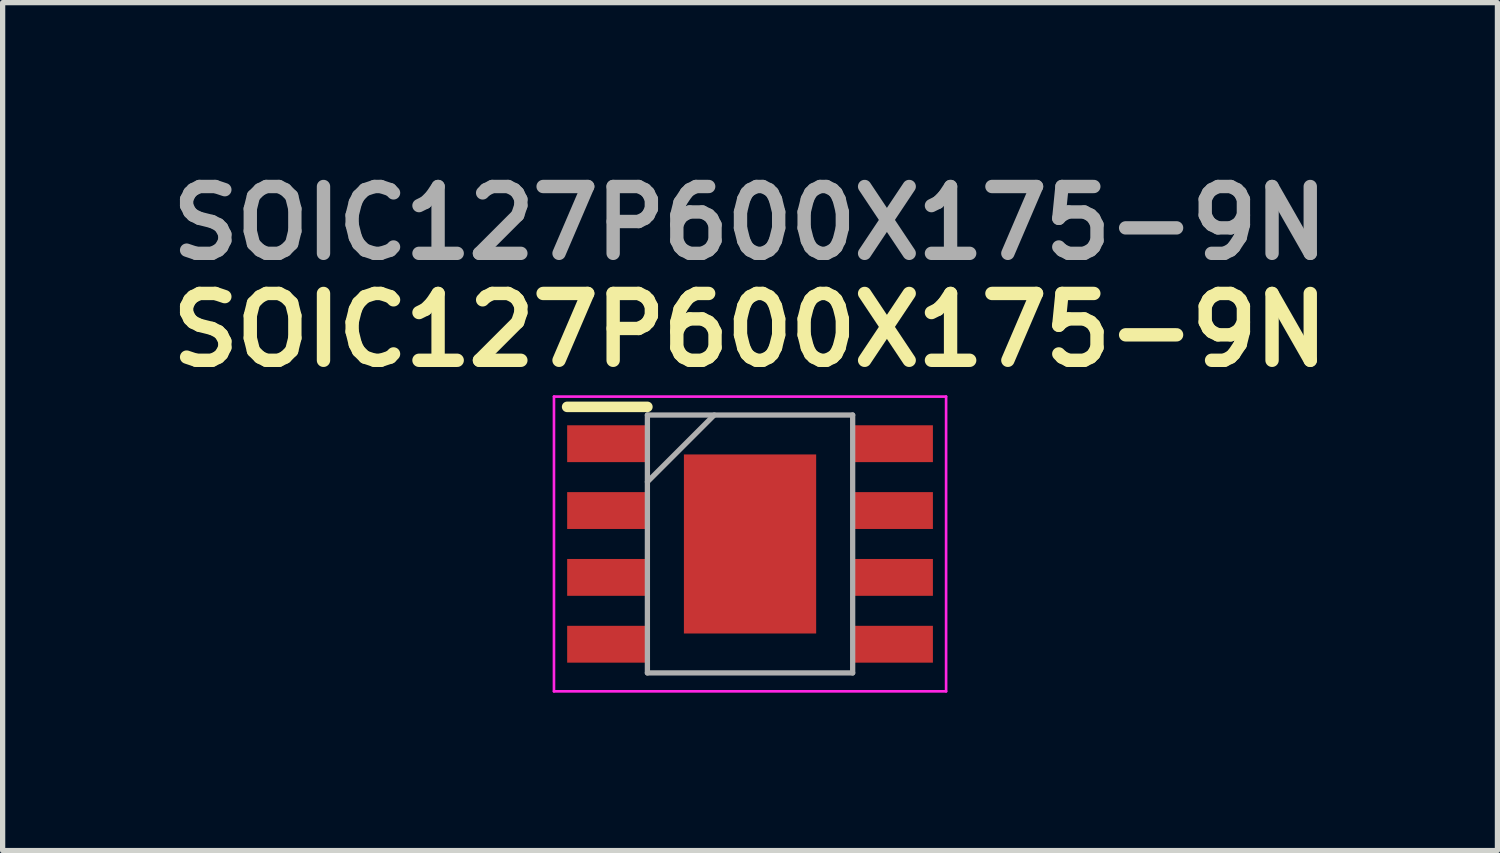
<source format=kicad_pcb>
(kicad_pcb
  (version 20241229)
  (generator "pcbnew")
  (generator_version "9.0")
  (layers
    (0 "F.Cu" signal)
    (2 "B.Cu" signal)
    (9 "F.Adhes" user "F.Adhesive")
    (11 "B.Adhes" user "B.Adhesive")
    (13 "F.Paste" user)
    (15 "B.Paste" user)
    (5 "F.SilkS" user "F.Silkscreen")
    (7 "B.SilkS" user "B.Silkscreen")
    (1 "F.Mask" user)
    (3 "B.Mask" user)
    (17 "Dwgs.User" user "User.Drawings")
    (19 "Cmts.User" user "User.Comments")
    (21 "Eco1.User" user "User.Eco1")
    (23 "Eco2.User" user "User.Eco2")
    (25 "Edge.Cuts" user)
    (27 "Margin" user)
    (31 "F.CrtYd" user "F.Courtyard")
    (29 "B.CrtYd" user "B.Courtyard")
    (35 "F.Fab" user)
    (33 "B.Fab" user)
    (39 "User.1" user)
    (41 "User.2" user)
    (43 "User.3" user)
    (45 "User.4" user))
  (footprint "SOIC127P600X175-9N"
    (layer "F.Cu")
    (at 11.2 7.285)
    (property "Reference" "SOIC127P600X175-9N" (at 0 -4.064 0) (layer "F.SilkS") (effects (font (size 1.27 1.27) (thickness 0.254))))
    (attr smd)
    (fp_line (start -3.475 -2.605) (end -1.95 -2.605) (stroke (width 0.2) (type solid)) (layer "F.SilkS"))
    (fp_line (start -3.725 -2.8) (end 3.725 -2.8) (stroke (width 0.05) (type solid)) (layer "F.CrtYd"))
    (fp_line (start -3.725 2.8) (end -3.725 -2.8) (stroke (width 0.05) (type solid)) (layer "F.CrtYd"))
    (fp_line (start 3.725 -2.8) (end 3.725 2.8) (stroke (width 0.05) (type solid)) (layer "F.CrtYd"))
    (fp_line (start 3.725 2.8) (end -3.725 2.8) (stroke (width 0.05) (type solid)) (layer "F.CrtYd"))
    (fp_line (start -1.95 -2.45) (end 1.95 -2.45) (stroke (width 0.1) (type solid)) (layer "F.Fab"))
    (fp_line (start -1.95 -1.18) (end -0.68 -2.45) (stroke (width 0.1) (type solid)) (layer "F.Fab"))
    (fp_line (start -1.95 2.45) (end -1.95 -2.45) (stroke (width 0.1) (type solid)) (layer "F.Fab"))
    (fp_line (start 1.95 -2.45) (end 1.95 2.45) (stroke (width 0.1) (type solid)) (layer "F.Fab"))
    (fp_line (start 1.95 2.45) (end -1.95 2.45) (stroke (width 0.1) (type solid)) (layer "F.Fab"))
    (fp_text user "${REFERENCE}" (at 0 -6.096 0) (layer "F.Fab") (effects (font (size 1.27 1.27) (thickness 0.254))))
    (pad "1" smd rect (at -2.712 -1.905 90) (size 0.7 1.525) (layers "F.Cu" "F.Mask" "F.Paste"))
    (pad "2" smd rect (at -2.712 -0.635 90) (size 0.7 1.525) (layers "F.Cu" "F.Mask" "F.Paste"))
    (pad "3" smd rect (at -2.712 0.635 90) (size 0.7 1.525) (layers "F.Cu" "F.Mask" "F.Paste"))
    (pad "4" smd rect (at -2.712 1.905 90) (size 0.7 1.525) (layers "F.Cu" "F.Mask" "F.Paste"))
    (pad "5" smd rect (at 2.712 1.905 90) (size 0.7 1.525) (layers "F.Cu" "F.Mask" "F.Paste"))
    (pad "6" smd rect (at 2.712 0.635 90) (size 0.7 1.525) (layers "F.Cu" "F.Mask" "F.Paste"))
    (pad "7" smd rect (at 2.712 -0.635 90) (size 0.7 1.525) (layers "F.Cu" "F.Mask" "F.Paste"))
    (pad "8" smd rect (at 2.712 -1.905 90) (size 0.7 1.525) (layers "F.Cu" "F.Mask" "F.Paste"))
    (pad "9" smd rect (at 0 0) (size 2.513 3.402) (layers "F.Cu" "F.Mask" "F.Paste")))
  (gr_rect
    (start -3 -3)
    (end 25.4 13.11)
    (stroke (width 0.1) (type default))
    (fill no)
    (layer "Edge.Cuts")))
</source>
